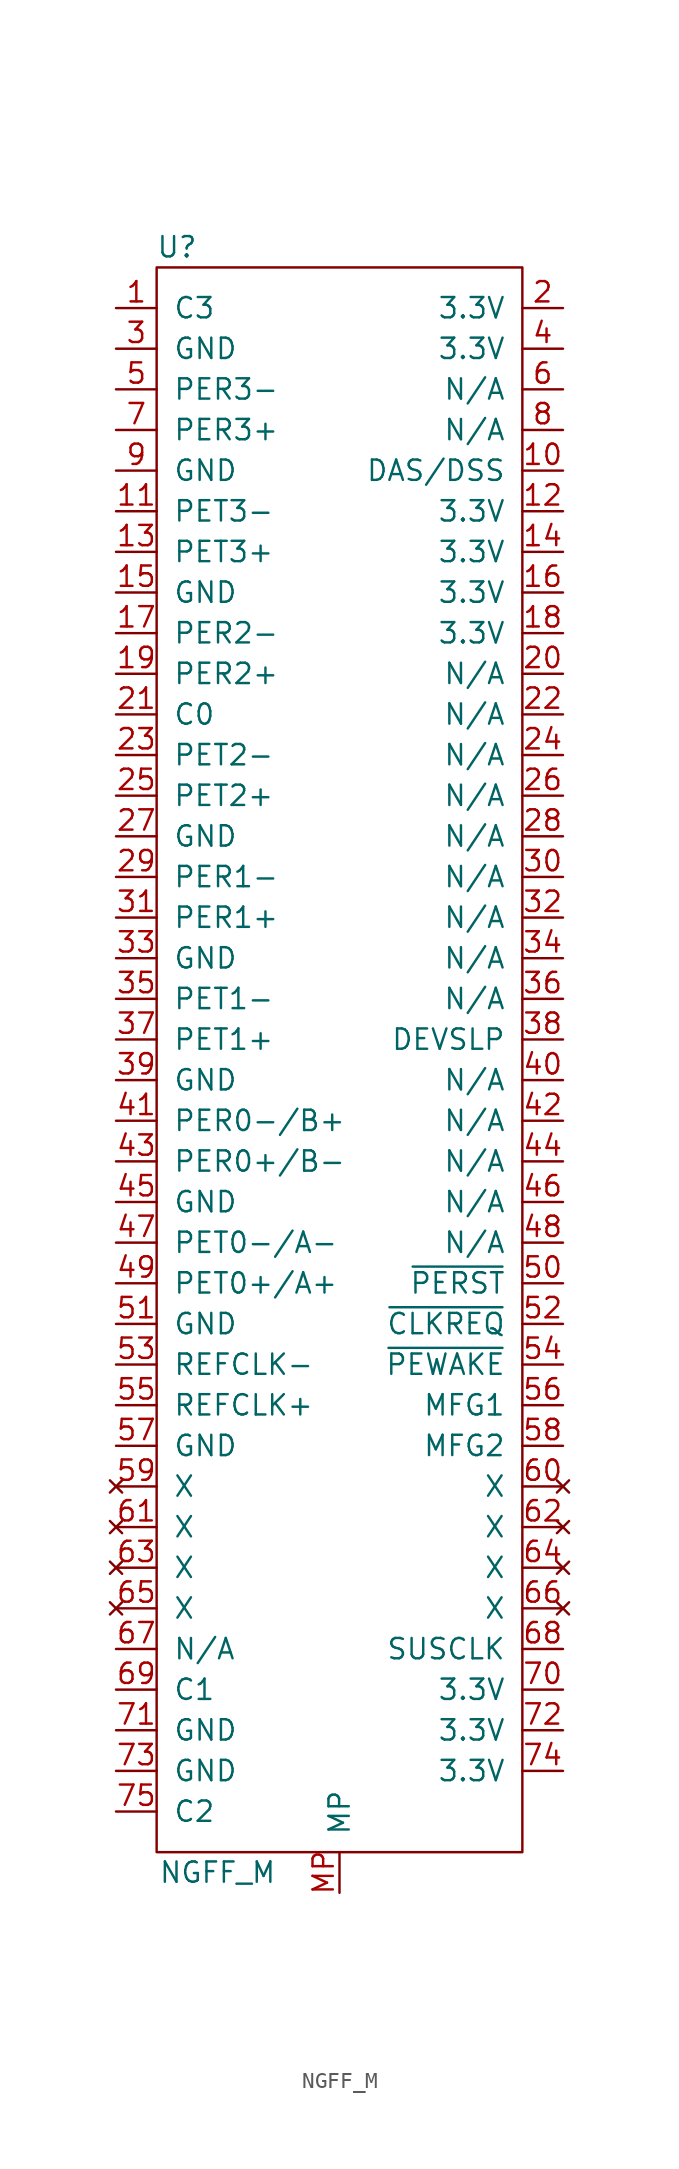
<source format=kicad_sym>
(kicad_symbol_lib
  (version 20211014)
  (generator kicad_symbol_editor)
  (symbol "NGFF_M"
    (pin_names
      (offset 1.016))
    (property "Reference" "U"
      (at -10.16 35.56 0)
      (effects (font (size 1.27 1.27))))
    (property "Value" "NGFF_M"
      (at -7.62 -66.04 0)
      (effects (font (size 1.27 1.27))))
    (symbol "NGFF_M_0_1"
      (rectangle (start -11.43 34.29) (end 11.43 -64.77) (stroke (width 0) (type default) (color 0 0 0 0)) (fill (type none))))
    (symbol "NGFF_M_1_1"
      (pin input line (at -13.97 31.75 0) (length 2.54) (name "C3" (effects (font (size 1.27 1.27)))) (number "1" (effects (font (size 1.27 1.27)))))
      (pin input line (at 13.97 21.59 180) (length 2.54) (name "DAS/DSS" (effects (font (size 1.27 1.27)))) (number "10" (effects (font (size 1.27 1.27)))))
      (pin input line (at -13.97 19.05 0) (length 2.54) (name "PET3-" (effects (font (size 1.27 1.27)))) (number "11" (effects (font (size 1.27 1.27)))))
      (pin input line (at 13.97 19.05 180) (length 2.54) (name "3.3V" (effects (font (size 1.27 1.27)))) (number "12" (effects (font (size 1.27 1.27)))))
      (pin input line (at -13.97 16.51 0) (length 2.54) (name "PET3+" (effects (font (size 1.27 1.27)))) (number "13" (effects (font (size 1.27 1.27)))))
      (pin input line (at 13.97 16.51 180) (length 2.54) (name "3.3V" (effects (font (size 1.27 1.27)))) (number "14" (effects (font (size 1.27 1.27)))))
      (pin input line (at -13.97 13.97 0) (length 2.54) (name "GND" (effects (font (size 1.27 1.27)))) (number "15" (effects (font (size 1.27 1.27)))))
      (pin input line (at 13.97 13.97 180) (length 2.54) (name "3.3V" (effects (font (size 1.27 1.27)))) (number "16" (effects (font (size 1.27 1.27)))))
      (pin input line (at -13.97 11.43 0) (length 2.54) (name "PER2-" (effects (font (size 1.27 1.27)))) (number "17" (effects (font (size 1.27 1.27)))))
      (pin input line (at 13.97 11.43 180) (length 2.54) (name "3.3V" (effects (font (size 1.27 1.27)))) (number "18" (effects (font (size 1.27 1.27)))))
      (pin input line (at -13.97 8.89 0) (length 2.54) (name "PER2+" (effects (font (size 1.27 1.27)))) (number "19" (effects (font (size 1.27 1.27)))))
      (pin input line (at 13.97 31.75 180) (length 2.54) (name "3.3V" (effects (font (size 1.27 1.27)))) (number "2" (effects (font (size 1.27 1.27)))))
      (pin input line (at 13.97 8.89 180) (length 2.54) (name "N/A" (effects (font (size 1.27 1.27)))) (number "20" (effects (font (size 1.27 1.27)))))
      (pin input line (at -13.97 6.35 0) (length 2.54) (name "C0" (effects (font (size 1.27 1.27)))) (number "21" (effects (font (size 1.27 1.27)))))
      (pin input line (at 13.97 6.35 180) (length 2.54) (name "N/A" (effects (font (size 1.27 1.27)))) (number "22" (effects (font (size 1.27 1.27)))))
      (pin input line (at -13.97 3.81 0) (length 2.54) (name "PET2-" (effects (font (size 1.27 1.27)))) (number "23" (effects (font (size 1.27 1.27)))))
      (pin input line (at 13.97 3.81 180) (length 2.54) (name "N/A" (effects (font (size 1.27 1.27)))) (number "24" (effects (font (size 1.27 1.27)))))
      (pin input line (at -13.97 1.27 0) (length 2.54) (name "PET2+" (effects (font (size 1.27 1.27)))) (number "25" (effects (font (size 1.27 1.27)))))
      (pin input line (at 13.97 1.27 180) (length 2.54) (name "N/A" (effects (font (size 1.27 1.27)))) (number "26" (effects (font (size 1.27 1.27)))))
      (pin input line (at -13.97 -1.27 0) (length 2.54) (name "GND" (effects (font (size 1.27 1.27)))) (number "27" (effects (font (size 1.27 1.27)))))
      (pin input line (at 13.97 -1.27 180) (length 2.54) (name "N/A" (effects (font (size 1.27 1.27)))) (number "28" (effects (font (size 1.27 1.27)))))
      (pin input line (at -13.97 -3.81 0) (length 2.54) (name "PER1-" (effects (font (size 1.27 1.27)))) (number "29" (effects (font (size 1.27 1.27)))))
      (pin input line (at -13.97 29.21 0) (length 2.54) (name "GND" (effects (font (size 1.27 1.27)))) (number "3" (effects (font (size 1.27 1.27)))))
      (pin input line (at 13.97 -3.81 180) (length 2.54) (name "N/A" (effects (font (size 1.27 1.27)))) (number "30" (effects (font (size 1.27 1.27)))))
      (pin input line (at -13.97 -6.35 0) (length 2.54) (name "PER1+" (effects (font (size 1.27 1.27)))) (number "31" (effects (font (size 1.27 1.27)))))
      (pin input line (at 13.97 -6.35 180) (length 2.54) (name "N/A" (effects (font (size 1.27 1.27)))) (number "32" (effects (font (size 1.27 1.27)))))
      (pin input line (at -13.97 -8.89 0) (length 2.54) (name "GND" (effects (font (size 1.27 1.27)))) (number "33" (effects (font (size 1.27 1.27)))))
      (pin input line (at 13.97 -8.89 180) (length 2.54) (name "N/A" (effects (font (size 1.27 1.27)))) (number "34" (effects (font (size 1.27 1.27)))))
      (pin input line (at -13.97 -11.43 0) (length 2.54) (name "PET1-" (effects (font (size 1.27 1.27)))) (number "35" (effects (font (size 1.27 1.27)))))
      (pin input line (at 13.97 -11.43 180) (length 2.54) (name "N/A" (effects (font (size 1.27 1.27)))) (number "36" (effects (font (size 1.27 1.27)))))
      (pin input line (at -13.97 -13.97 0) (length 2.54) (name "PET1+" (effects (font (size 1.27 1.27)))) (number "37" (effects (font (size 1.27 1.27)))))
      (pin input line (at 13.97 -13.97 180) (length 2.54) (name "DEVSLP" (effects (font (size 1.27 1.27)))) (number "38" (effects (font (size 1.27 1.27)))))
      (pin input line (at -13.97 -16.51 0) (length 2.54) (name "GND" (effects (font (size 1.27 1.27)))) (number "39" (effects (font (size 1.27 1.27)))))
      (pin input line (at 13.97 29.21 180) (length 2.54) (name "3.3V" (effects (font (size 1.27 1.27)))) (number "4" (effects (font (size 1.27 1.27)))))
      (pin input line (at 13.97 -16.51 180) (length 2.54) (name "N/A" (effects (font (size 1.27 1.27)))) (number "40" (effects (font (size 1.27 1.27)))))
      (pin input line (at -13.97 -19.05 0) (length 2.54) (name "PER0-/B+" (effects (font (size 1.27 1.27)))) (number "41" (effects (font (size 1.27 1.27)))))
      (pin input line (at 13.97 -19.05 180) (length 2.54) (name "N/A" (effects (font (size 1.27 1.27)))) (number "42" (effects (font (size 1.27 1.27)))))
      (pin input line (at -13.97 -21.59 0) (length 2.54) (name "PER0+/B-" (effects (font (size 1.27 1.27)))) (number "43" (effects (font (size 1.27 1.27)))))
      (pin input line (at 13.97 -21.59 180) (length 2.54) (name "N/A" (effects (font (size 1.27 1.27)))) (number "44" (effects (font (size 1.27 1.27)))))
      (pin input line (at -13.97 -24.13 0) (length 2.54) (name "GND" (effects (font (size 1.27 1.27)))) (number "45" (effects (font (size 1.27 1.27)))))
      (pin input line (at 13.97 -24.13 180) (length 2.54) (name "N/A" (effects (font (size 1.27 1.27)))) (number "46" (effects (font (size 1.27 1.27)))))
      (pin input line (at -13.97 -26.67 0) (length 2.54) (name "PET0-/A-" (effects (font (size 1.27 1.27)))) (number "47" (effects (font (size 1.27 1.27)))))
      (pin input line (at 13.97 -26.67 180) (length 2.54) (name "N/A" (effects (font (size 1.27 1.27)))) (number "48" (effects (font (size 1.27 1.27)))))
      (pin input line (at -13.97 -29.21 0) (length 2.54) (name "PET0+/A+" (effects (font (size 1.27 1.27)))) (number "49" (effects (font (size 1.27 1.27)))))
      (pin input line (at -13.97 26.67 0) (length 2.54) (name "PER3-" (effects (font (size 1.27 1.27)))) (number "5" (effects (font (size 1.27 1.27)))))
      (pin input line (at 13.97 -29.21 180) (length 2.54) (name "~{PERST}" (effects (font (size 1.27 1.27)))) (number "50" (effects (font (size 1.27 1.27)))))
      (pin input line (at -13.97 -31.75 0) (length 2.54) (name "GND" (effects (font (size 1.27 1.27)))) (number "51" (effects (font (size 1.27 1.27)))))
      (pin input line (at 13.97 -31.75 180) (length 2.54) (name "~{CLKREQ}" (effects (font (size 1.27 1.27)))) (number "52" (effects (font (size 1.27 1.27)))))
      (pin input line (at -13.97 -34.29 0) (length 2.54) (name "REFCLK-" (effects (font (size 1.27 1.27)))) (number "53" (effects (font (size 1.27 1.27)))))
      (pin input line (at 13.97 -34.29 180) (length 2.54) (name "~{PEWAKE}" (effects (font (size 1.27 1.27)))) (number "54" (effects (font (size 1.27 1.27)))))
      (pin input line (at -13.97 -36.83 0) (length 2.54) (name "REFCLK+" (effects (font (size 1.27 1.27)))) (number "55" (effects (font (size 1.27 1.27)))))
      (pin input line (at 13.97 -36.83 180) (length 2.54) (name "MFG1" (effects (font (size 1.27 1.27)))) (number "56" (effects (font (size 1.27 1.27)))))
      (pin input line (at -13.97 -39.37 0) (length 2.54) (name "GND" (effects (font (size 1.27 1.27)))) (number "57" (effects (font (size 1.27 1.27)))))
      (pin input line (at 13.97 -39.37 180) (length 2.54) (name "MFG2" (effects (font (size 1.27 1.27)))) (number "58" (effects (font (size 1.27 1.27)))))
      (pin no_connect line (at -13.97 -41.91 0) (length 2.54) (name "X" (effects (font (size 1.27 1.27)))) (number "59" (effects (font (size 1.27 1.27)))))
      (pin input line (at 13.97 26.67 180) (length 2.54) (name "N/A" (effects (font (size 1.27 1.27)))) (number "6" (effects (font (size 1.27 1.27)))))
      (pin no_connect line (at 13.97 -41.91 180) (length 2.54) (name "X" (effects (font (size 1.27 1.27)))) (number "60" (effects (font (size 1.27 1.27)))))
      (pin no_connect line (at -13.97 -44.45 0) (length 2.54) (name "X" (effects (font (size 1.27 1.27)))) (number "61" (effects (font (size 1.27 1.27)))))
      (pin no_connect line (at 13.97 -44.45 180) (length 2.54) (name "X" (effects (font (size 1.27 1.27)))) (number "62" (effects (font (size 1.27 1.27)))))
      (pin no_connect line (at -13.97 -46.99 0) (length 2.54) (name "X" (effects (font (size 1.27 1.27)))) (number "63" (effects (font (size 1.27 1.27)))))
      (pin no_connect line (at 13.97 -46.99 180) (length 2.54) (name "X" (effects (font (size 1.27 1.27)))) (number "64" (effects (font (size 1.27 1.27)))))
      (pin no_connect line (at -13.97 -49.53 0) (length 2.54) (name "X" (effects (font (size 1.27 1.27)))) (number "65" (effects (font (size 1.27 1.27)))))
      (pin no_connect line (at 13.97 -49.53 180) (length 2.54) (name "X" (effects (font (size 1.27 1.27)))) (number "66" (effects (font (size 1.27 1.27)))))
      (pin input line (at -13.97 -52.07 0) (length 2.54) (name "N/A" (effects (font (size 1.27 1.27)))) (number "67" (effects (font (size 1.27 1.27)))))
      (pin input line (at 13.97 -52.07 180) (length 2.54) (name "SUSCLK" (effects (font (size 1.27 1.27)))) (number "68" (effects (font (size 1.27 1.27)))))
      (pin input line (at -13.97 -54.61 0) (length 2.54) (name "C1" (effects (font (size 1.27 1.27)))) (number "69" (effects (font (size 1.27 1.27)))))
      (pin input line (at -13.97 24.13 0) (length 2.54) (name "PER3+" (effects (font (size 1.27 1.27)))) (number "7" (effects (font (size 1.27 1.27)))))
      (pin input line (at 13.97 -54.61 180) (length 2.54) (name "3.3V" (effects (font (size 1.27 1.27)))) (number "70" (effects (font (size 1.27 1.27)))))
      (pin input line (at -13.97 -57.15 0) (length 2.54) (name "GND" (effects (font (size 1.27 1.27)))) (number "71" (effects (font (size 1.27 1.27)))))
      (pin input line (at 13.97 -57.15 180) (length 2.54) (name "3.3V" (effects (font (size 1.27 1.27)))) (number "72" (effects (font (size 1.27 1.27)))))
      (pin input line (at -13.97 -59.69 0) (length 2.54) (name "GND" (effects (font (size 1.27 1.27)))) (number "73" (effects (font (size 1.27 1.27)))))
      (pin input line (at 13.97 -59.69 180) (length 2.54) (name "3.3V" (effects (font (size 1.27 1.27)))) (number "74" (effects (font (size 1.27 1.27)))))
      (pin input line (at -13.97 -62.23 0) (length 2.54) (name "C2" (effects (font (size 1.27 1.27)))) (number "75" (effects (font (size 1.27 1.27)))))
      (pin input line (at 13.97 24.13 180) (length 2.54) (name "N/A" (effects (font (size 1.27 1.27)))) (number "8" (effects (font (size 1.27 1.27)))))
      (pin input line (at -13.97 21.59 0) (length 2.54) (name "GND" (effects (font (size 1.27 1.27)))) (number "9" (effects (font (size 1.27 1.27)))))
      (pin input line (at 0 -67.31 90) (length 2.54) (name "MP" (effects (font (size 1.27 1.27)))) (number "MP" (effects (font (size 1.27 1.27))))))))
</source>
